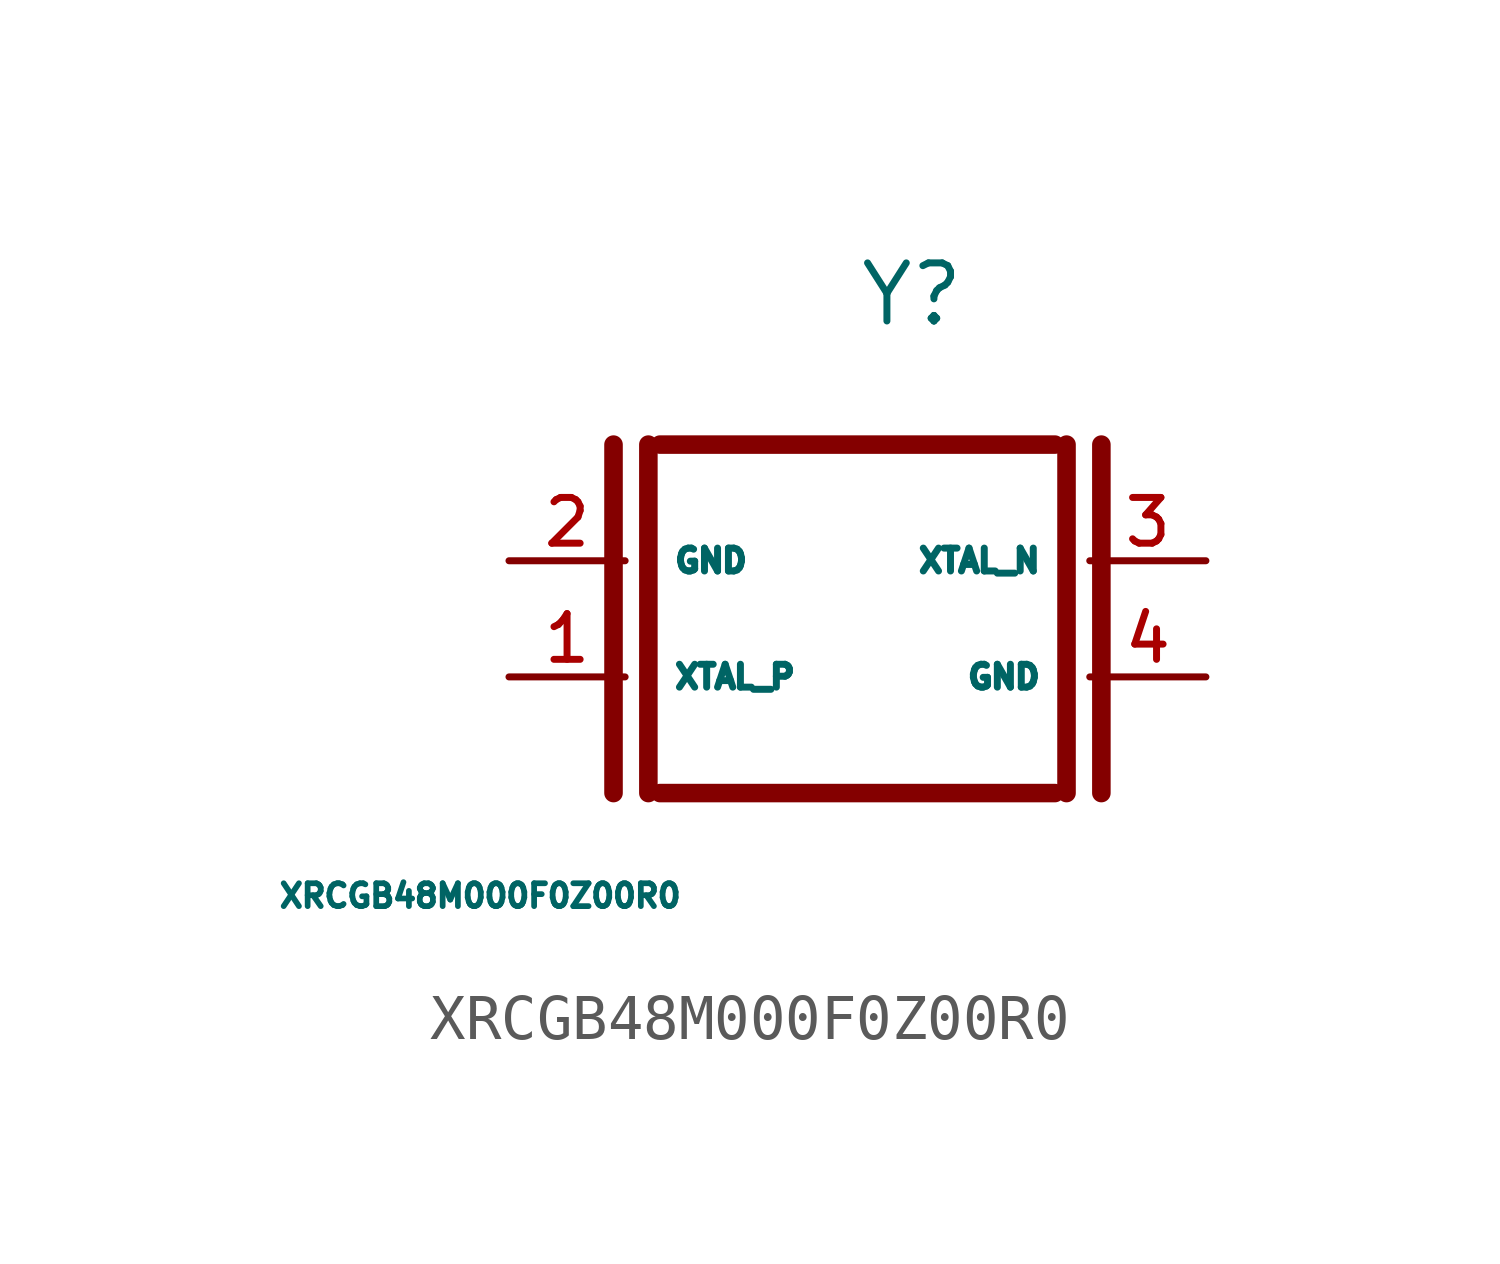
<source format=kicad_sym>
(kicad_symbol_lib
  (version 20220914)
  (generator kicad_symbol_editor)
  (symbol "XRCGB48M000F0Z00R0"
    (pin_names
      (offset 1.016))
    (property "Reference" "Y"
      (at 2.54 7.62 0)
      (effects (font (size 1.27 1.27)) (justify left bottom)))
    (property "Value" "XRCGB48M000F0Z00R0"
      (at -10.16 -5.08 0)
      (effects (font (face "KiCad Font") (size 0.5 0.5)) (justify left bottom)))
    (symbol "XRCGB48M000F0Z00R0_0_0"
      (polyline (pts (xy -2.794 5.08) (xy -2.794 -2.54)) (stroke (width 0.406) (type default)) (fill (type none)))
      (polyline (pts (xy -2.032 5.08) (xy -2.032 -2.54)) (stroke (width 0.406) (type default)) (fill (type none)))
      (polyline (pts (xy 6.858 -2.54) (xy -1.778 -2.54)) (stroke (width 0.406) (type default)) (fill (type none)))
      (polyline (pts (xy 7.112 5.08) (xy 7.112 -2.54)) (stroke (width 0.406) (type default)) (fill (type none)))
      (polyline (pts (xy 7.874 5.08) (xy 7.874 -2.54)) (stroke (width 0.406) (type default)) (fill (type none))))
    (symbol "XRCGB48M000F0Z00R0_1_0"
      (polyline (pts (xy -1.778 5.08) (xy 6.858 5.08)) (stroke (width 0.406) (type default)) (fill (type none)))
      (pin passive line (at -5.08 0 0) (length 2.54) (name "XTAL_P" (effects (font (size 0.5 0.5)))) (number "1" (effects (font (size 1 1)))))
      (pin passive line (at 10.16 2.54 180) (length 2.54) (name "XTAL_N" (effects (font (size 0.5 0.5)))) (number "3" (effects (font (size 1 1))))))
    (symbol "XRCGB48M000F0Z00R0_1_1"
      (pin power_in line (at -5.08 2.54 0) (length 2.54) (name "GND" (effects (font (size 0.5 0.5)))) (number "2" (effects (font (size 1 1)))))
      (pin power_in line (at 10.16 0 180) (length 2.54) (name "GND" (effects (font (size 0.5 0.5)))) (number "4" (effects (font (size 1 1))))))))
</source>
